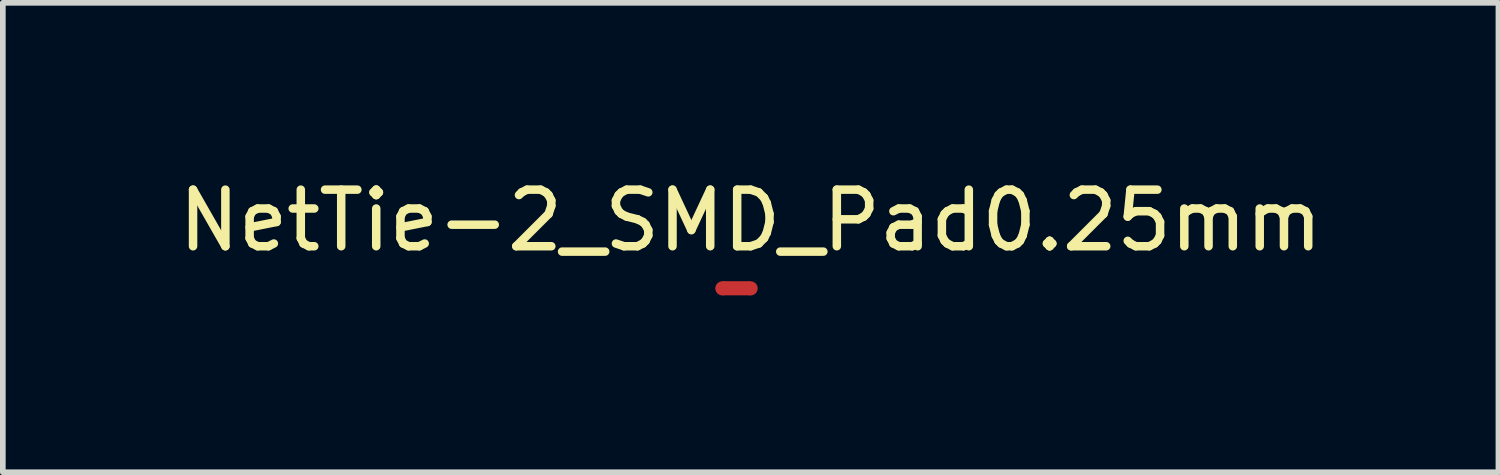
<source format=kicad_pcb>
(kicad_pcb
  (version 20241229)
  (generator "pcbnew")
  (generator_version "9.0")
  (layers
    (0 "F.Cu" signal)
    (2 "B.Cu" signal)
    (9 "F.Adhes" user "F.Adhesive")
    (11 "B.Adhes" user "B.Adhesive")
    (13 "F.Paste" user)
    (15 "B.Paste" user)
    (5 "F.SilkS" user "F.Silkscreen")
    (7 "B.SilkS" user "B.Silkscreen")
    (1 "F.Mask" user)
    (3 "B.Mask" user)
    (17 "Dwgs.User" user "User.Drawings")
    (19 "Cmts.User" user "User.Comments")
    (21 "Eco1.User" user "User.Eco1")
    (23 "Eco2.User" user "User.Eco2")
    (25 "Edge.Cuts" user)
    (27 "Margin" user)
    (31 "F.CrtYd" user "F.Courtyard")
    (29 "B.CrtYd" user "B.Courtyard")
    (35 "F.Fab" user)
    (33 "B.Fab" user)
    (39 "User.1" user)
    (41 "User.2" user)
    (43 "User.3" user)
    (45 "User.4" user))
  (footprint "NetTie-2_SMD_Pad0.25mm"
    (layer "F.Cu")
    (at 10.22 2.048)
    (property "Reference" "NetTie-2_SMD_Pad0.25mm" (at 0 -1.2 0) (layer "F.SilkS") (effects (font (size 1 1) (thickness 0.15))))
    (attr exclude_from_pos_files exclude_from_bom allow_missing_courtyard)
    (fp_poly (pts (xy -0.5 -0.127) (xy -0.008 -0.127) (xy -0.008 0.123) (xy -0.5 0.123)) (stroke (width 0) (type solid)) (fill yes) (layer "F.Cu"))
    (pad "1" smd circle (at -0.5 0) (size 0.25 0.25) (layers "F.Cu"))
    (pad "2" smd circle (at 0 0) (size 0.25 0.25) (layers "F.Cu")))
  (gr_rect
    (start -3 -3)
    (end 23.44 5.298)
    (stroke (width 0.1) (type default))
    (fill no)
    (layer "Edge.Cuts")))
</source>
